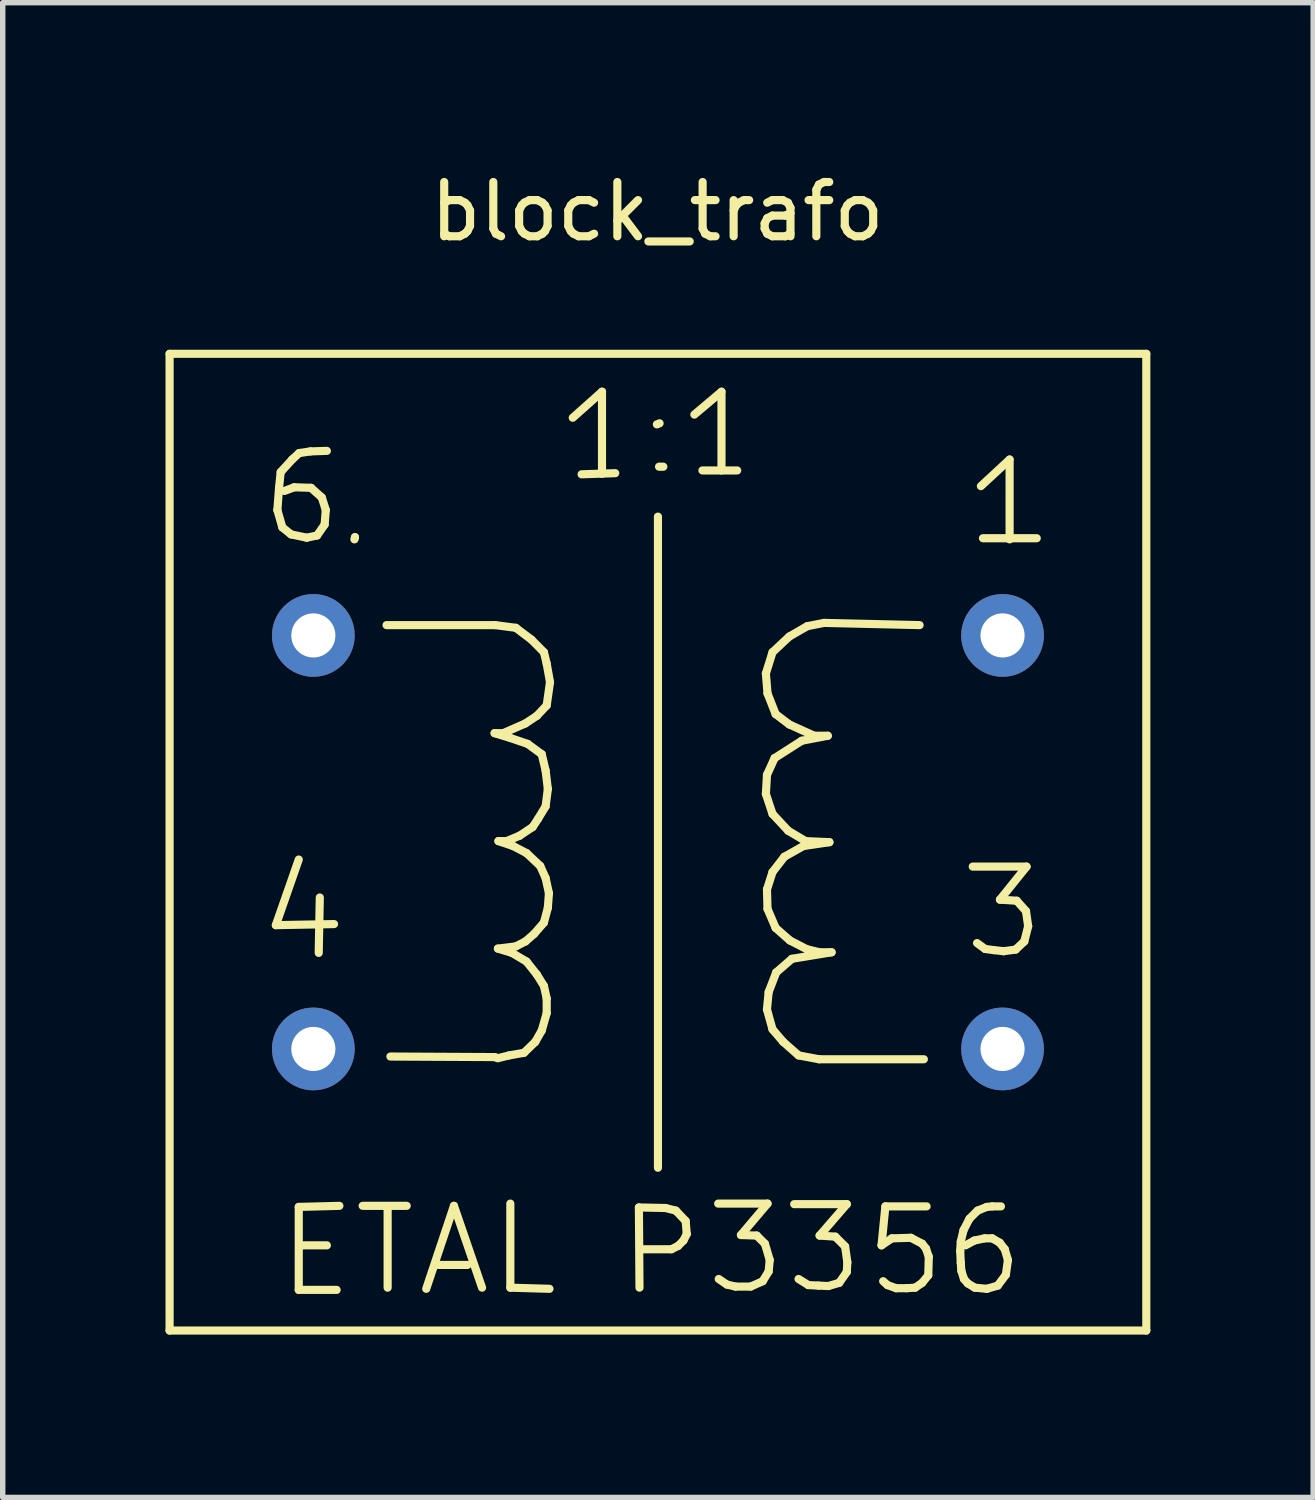
<source format=kicad_pcb>
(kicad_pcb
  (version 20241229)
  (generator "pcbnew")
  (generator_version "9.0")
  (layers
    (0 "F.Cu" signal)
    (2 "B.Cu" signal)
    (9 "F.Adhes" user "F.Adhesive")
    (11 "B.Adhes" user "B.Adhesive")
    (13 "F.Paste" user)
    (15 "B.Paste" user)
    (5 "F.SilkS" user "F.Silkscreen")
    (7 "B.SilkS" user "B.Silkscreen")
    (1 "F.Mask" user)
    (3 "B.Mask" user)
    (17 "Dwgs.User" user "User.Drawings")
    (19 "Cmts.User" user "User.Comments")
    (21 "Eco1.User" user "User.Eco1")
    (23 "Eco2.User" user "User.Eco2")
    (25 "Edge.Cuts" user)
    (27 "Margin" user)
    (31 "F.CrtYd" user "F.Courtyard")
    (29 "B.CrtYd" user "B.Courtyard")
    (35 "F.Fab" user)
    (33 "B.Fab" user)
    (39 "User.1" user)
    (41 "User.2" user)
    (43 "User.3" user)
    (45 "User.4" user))
  (footprint "block_trafo"
    (layer "F.Cu")
    (at 9.074 12.469)
    (property "Reference" "block_trafo" (at -0.01 -11.62 0) (layer "F.SilkS") (effects (font (size 1 1) (thickness 0.15))))
    (attr through_hole)
    (fp_line (start -8.999 -8.999) (end -8.999 8.999) (stroke (width 0.15) (type solid)) (layer "F.SilkS"))
    (fp_line (start -8.999 8.999) (end 8.999 8.999) (stroke (width 0.15) (type solid)) (layer "F.SilkS"))
    (fp_line (start -7.041 1.529) (end -5.969 1.509) (stroke (width 0.15) (type solid)) (layer "F.SilkS"))
    (fp_line (start -7.013 -6.121) (end -6.921 -5.801) (stroke (width 0.15) (type solid)) (layer "F.SilkS"))
    (fp_line (start -6.982 -6.53) (end -7.013 -6.121) (stroke (width 0.15) (type solid)) (layer "F.SilkS"))
    (fp_line (start -6.952 -6.82) (end -6.982 -6.53) (stroke (width 0.15) (type solid)) (layer "F.SilkS"))
    (fp_line (start -6.921 -5.801) (end -6.761 -5.672) (stroke (width 0.15) (type solid)) (layer "F.SilkS"))
    (fp_line (start -6.761 -5.672) (end -6.472 -5.611) (stroke (width 0.15) (type solid)) (layer "F.SilkS"))
    (fp_line (start -6.741 -7.051) (end -6.952 -6.82) (stroke (width 0.15) (type solid)) (layer "F.SilkS"))
    (fp_line (start -6.703 -6.54) (end -6.883 -6.472) (stroke (width 0.15) (type solid)) (layer "F.SilkS"))
    (fp_line (start -6.619 0.32) (end -7.041 1.529) (stroke (width 0.15) (type solid)) (layer "F.SilkS"))
    (fp_line (start -6.619 6.721) (end -6.619 8.25) (stroke (width 0.15) (type solid)) (layer "F.SilkS"))
    (fp_line (start -6.619 8.25) (end -5.921 8.25) (stroke (width 0.15) (type solid)) (layer "F.SilkS"))
    (fp_line (start -6.612 -7.17) (end -6.741 -7.051) (stroke (width 0.15) (type solid)) (layer "F.SilkS"))
    (fp_line (start -6.551 7.429) (end -6.101 7.429) (stroke (width 0.15) (type solid)) (layer "F.SilkS"))
    (fp_line (start -6.472 -5.611) (end -6.281 -5.652) (stroke (width 0.15) (type solid)) (layer "F.SilkS"))
    (fp_line (start -6.403 -7.201) (end -6.612 -7.17) (stroke (width 0.15) (type solid)) (layer "F.SilkS"))
    (fp_line (start -6.393 -6.53) (end -6.703 -6.54) (stroke (width 0.15) (type solid)) (layer "F.SilkS"))
    (fp_line (start -6.281 -5.652) (end -6.142 -5.852) (stroke (width 0.15) (type solid)) (layer "F.SilkS"))
    (fp_line (start -6.231 1.019) (end -6.251 2.04) (stroke (width 0.15) (type solid)) (layer "F.SilkS"))
    (fp_line (start -6.193 -6.35) (end -6.393 -6.53) (stroke (width 0.15) (type solid)) (layer "F.SilkS"))
    (fp_line (start -6.142 -5.852) (end -6.121 -6.121) (stroke (width 0.15) (type solid)) (layer "F.SilkS"))
    (fp_line (start -6.121 -6.121) (end -6.193 -6.35) (stroke (width 0.15) (type solid)) (layer "F.SilkS"))
    (fp_line (start -6.101 -7.211) (end -6.403 -7.201) (stroke (width 0.15) (type solid)) (layer "F.SilkS"))
    (fp_line (start -5.87 6.701) (end -6.619 6.721) (stroke (width 0.15) (type solid)) (layer "F.SilkS"))
    (fp_line (start -5.593 -5.58) (end -5.583 -5.621) (stroke (width 0.15) (type solid)) (layer "F.SilkS"))
    (fp_line (start -5.583 -5.621) (end -5.583 -5.611) (stroke (width 0.15) (type solid)) (layer "F.SilkS"))
    (fp_line (start -5.441 6.701) (end -4.63 6.701) (stroke (width 0.15) (type solid)) (layer "F.SilkS"))
    (fp_line (start -5.001 -4) (end -3 -4) (stroke (width 0.15) (type solid)) (layer "F.SilkS"))
    (fp_line (start -4.981 8.209) (end -4.981 6.741) (stroke (width 0.15) (type solid)) (layer "F.SilkS"))
    (fp_line (start -4.27 8.23) (end -3.759 6.701) (stroke (width 0.15) (type solid)) (layer "F.SilkS"))
    (fp_line (start -4.041 7.79) (end -3.51 7.79) (stroke (width 0.15) (type solid)) (layer "F.SilkS"))
    (fp_line (start -3.759 6.701) (end -3.241 8.209) (stroke (width 0.15) (type solid)) (layer "F.SilkS"))
    (fp_line (start -3.01 -2.009) (end -2.72 -1.92) (stroke (width 0.15) (type solid)) (layer "F.SilkS"))
    (fp_line (start -3.01 3.96) (end -4.93 3.95) (stroke (width 0.15) (type solid)) (layer "F.SilkS"))
    (fp_line (start -3 -4) (end -2.619 -3.95) (stroke (width 0.15) (type solid)) (layer "F.SilkS"))
    (fp_line (start -2.949 1.961) (end -2.69 2.04) (stroke (width 0.15) (type solid)) (layer "F.SilkS"))
    (fp_line (start -2.949 3.98) (end -3.01 3.96) (stroke (width 0.15) (type solid)) (layer "F.SilkS"))
    (fp_line (start -2.939 -0.02) (end -2.67 0.071) (stroke (width 0.15) (type solid)) (layer "F.SilkS"))
    (fp_line (start -2.85 -2.009) (end -3.01 -2.009) (stroke (width 0.15) (type solid)) (layer "F.SilkS"))
    (fp_line (start -2.789 -0.02) (end -2.939 -0.02) (stroke (width 0.15) (type solid)) (layer "F.SilkS"))
    (fp_line (start -2.741 3.929) (end -2.949 3.98) (stroke (width 0.15) (type solid)) (layer "F.SilkS"))
    (fp_line (start -2.72 -1.92) (end -2.4 -1.811) (stroke (width 0.15) (type solid)) (layer "F.SilkS"))
    (fp_line (start -2.72 6.66) (end -2.72 8.209) (stroke (width 0.15) (type solid)) (layer "F.SilkS"))
    (fp_line (start -2.72 8.209) (end -1.999 8.23) (stroke (width 0.15) (type solid)) (layer "F.SilkS"))
    (fp_line (start -2.69 2.04) (end -2.421 2.2) (stroke (width 0.15) (type solid)) (layer "F.SilkS"))
    (fp_line (start -2.67 0.071) (end -2.421 0.201) (stroke (width 0.15) (type solid)) (layer "F.SilkS"))
    (fp_line (start -2.619 -3.95) (end -2.329 -3.731) (stroke (width 0.15) (type solid)) (layer "F.SilkS"))
    (fp_line (start -2.619 1.92) (end -2.949 1.961) (stroke (width 0.15) (type solid)) (layer "F.SilkS"))
    (fp_line (start -2.55 -0.119) (end -2.789 -0.02) (stroke (width 0.15) (type solid)) (layer "F.SilkS"))
    (fp_line (start -2.469 3.881) (end -2.741 3.929) (stroke (width 0.15) (type solid)) (layer "F.SilkS"))
    (fp_line (start -2.441 -2.189) (end -2.85 -2.009) (stroke (width 0.15) (type solid)) (layer "F.SilkS"))
    (fp_line (start -2.441 1.829) (end -2.619 1.92) (stroke (width 0.15) (type solid)) (layer "F.SilkS"))
    (fp_line (start -2.421 0.201) (end -2.169 0.439) (stroke (width 0.15) (type solid)) (layer "F.SilkS"))
    (fp_line (start -2.421 2.2) (end -2.23 2.441) (stroke (width 0.15) (type solid)) (layer "F.SilkS"))
    (fp_line (start -2.4 -1.811) (end -2.141 -1.621) (stroke (width 0.15) (type solid)) (layer "F.SilkS"))
    (fp_line (start -2.329 -3.731) (end -2.101 -3.5) (stroke (width 0.15) (type solid)) (layer "F.SilkS"))
    (fp_line (start -2.309 -0.279) (end -2.55 -0.119) (stroke (width 0.15) (type solid)) (layer "F.SilkS"))
    (fp_line (start -2.281 1.689) (end -2.441 1.829) (stroke (width 0.15) (type solid)) (layer "F.SilkS"))
    (fp_line (start -2.261 3.68) (end -2.469 3.881) (stroke (width 0.15) (type solid)) (layer "F.SilkS"))
    (fp_line (start -2.23 -2.329) (end -2.441 -2.189) (stroke (width 0.15) (type solid)) (layer "F.SilkS"))
    (fp_line (start -2.23 2.441) (end -2.101 2.649) (stroke (width 0.15) (type solid)) (layer "F.SilkS"))
    (fp_line (start -2.21 -0.429) (end -2.309 -0.279) (stroke (width 0.15) (type solid)) (layer "F.SilkS"))
    (fp_line (start -2.169 0.439) (end -2.07 0.66) (stroke (width 0.15) (type solid)) (layer "F.SilkS"))
    (fp_line (start -2.141 -1.621) (end -2.07 -1.321) (stroke (width 0.15) (type solid)) (layer "F.SilkS"))
    (fp_line (start -2.141 3.47) (end -2.261 3.68) (stroke (width 0.15) (type solid)) (layer "F.SilkS"))
    (fp_line (start -2.101 -3.5) (end -2.05 -3.289) (stroke (width 0.15) (type solid)) (layer "F.SilkS"))
    (fp_line (start -2.101 1.481) (end -2.281 1.689) (stroke (width 0.15) (type solid)) (layer "F.SilkS"))
    (fp_line (start -2.101 2.649) (end -2.05 2.88) (stroke (width 0.15) (type solid)) (layer "F.SilkS"))
    (fp_line (start -2.07 -1.321) (end -2.029 -0.98) (stroke (width 0.15) (type solid)) (layer "F.SilkS"))
    (fp_line (start -2.07 -0.66) (end -2.21 -0.429) (stroke (width 0.15) (type solid)) (layer "F.SilkS"))
    (fp_line (start -2.07 0.66) (end -2.009 0.94) (stroke (width 0.15) (type solid)) (layer "F.SilkS"))
    (fp_line (start -2.05 -3.289) (end -1.989 -2.949) (stroke (width 0.15) (type solid)) (layer "F.SilkS"))
    (fp_line (start -2.05 -2.52) (end -2.23 -2.329) (stroke (width 0.15) (type solid)) (layer "F.SilkS"))
    (fp_line (start -2.05 2.88) (end -2.05 3.15) (stroke (width 0.15) (type solid)) (layer "F.SilkS"))
    (fp_line (start -2.05 3.15) (end -2.141 3.47) (stroke (width 0.15) (type solid)) (layer "F.SilkS"))
    (fp_line (start -2.029 -0.98) (end -2.07 -0.66) (stroke (width 0.15) (type solid)) (layer "F.SilkS"))
    (fp_line (start -2.029 1.209) (end -2.101 1.481) (stroke (width 0.15) (type solid)) (layer "F.SilkS"))
    (fp_line (start -2.009 0.94) (end -2.029 1.209) (stroke (width 0.15) (type solid)) (layer "F.SilkS"))
    (fp_line (start -1.989 -2.949) (end -2.05 -2.52) (stroke (width 0.15) (type solid)) (layer "F.SilkS"))
    (fp_line (start -1.57 -7.821) (end -1.031 -8.301) (stroke (width 0.15) (type solid)) (layer "F.SilkS"))
    (fp_line (start -1.407 -6.779) (end -0.787 -6.8) (stroke (width 0.15) (type solid)) (layer "F.SilkS"))
    (fp_line (start -1.031 -8.301) (end -1.031 -6.789) (stroke (width 0.15) (type solid)) (layer "F.SilkS"))
    (fp_line (start -0.351 6.731) (end 0.14 6.741) (stroke (width 0.15) (type solid)) (layer "F.SilkS"))
    (fp_line (start -0.34 8.209) (end -0.351 6.731) (stroke (width 0.15) (type solid)) (layer "F.SilkS"))
    (fp_line (start 0 -5.999) (end 0 5.999) (stroke (width 0.15) (type solid)) (layer "F.SilkS"))
    (fp_line (start 0.03 -7.719) (end -0.02 -7.699) (stroke (width 0.15) (type solid)) (layer "F.SilkS"))
    (fp_line (start 0.099 -6.919) (end 0.02 -6.919) (stroke (width 0.15) (type solid)) (layer "F.SilkS"))
    (fp_line (start 0.14 6.741) (end 0.33 6.789) (stroke (width 0.15) (type solid)) (layer "F.SilkS"))
    (fp_line (start 0.249 7.501) (end -0.269 7.501) (stroke (width 0.15) (type solid)) (layer "F.SilkS"))
    (fp_line (start 0.33 6.789) (end 0.511 6.98) (stroke (width 0.15) (type solid)) (layer "F.SilkS"))
    (fp_line (start 0.371 7.44) (end 0.249 7.501) (stroke (width 0.15) (type solid)) (layer "F.SilkS"))
    (fp_line (start 0.47 7.341) (end 0.371 7.44) (stroke (width 0.15) (type solid)) (layer "F.SilkS"))
    (fp_line (start 0.511 6.98) (end 0.531 7.221) (stroke (width 0.15) (type solid)) (layer "F.SilkS"))
    (fp_line (start 0.531 7.221) (end 0.47 7.341) (stroke (width 0.15) (type solid)) (layer "F.SilkS"))
    (fp_line (start 0.671 -7.879) (end 1.171 -8.301) (stroke (width 0.15) (type solid)) (layer "F.SilkS"))
    (fp_line (start 0.82 -6.85) (end 1.46 -6.85) (stroke (width 0.15) (type solid)) (layer "F.SilkS"))
    (fp_line (start 1.11 6.66) (end 2.019 6.66) (stroke (width 0.15) (type solid)) (layer "F.SilkS"))
    (fp_line (start 1.171 -8.301) (end 1.171 -6.85) (stroke (width 0.15) (type solid)) (layer "F.SilkS"))
    (fp_line (start 1.27 8.151) (end 1.12 8.049) (stroke (width 0.15) (type solid)) (layer "F.SilkS"))
    (fp_line (start 1.43 8.189) (end 1.27 8.151) (stroke (width 0.15) (type solid)) (layer "F.SilkS"))
    (fp_line (start 1.529 7.239) (end 1.821 7.249) (stroke (width 0.15) (type solid)) (layer "F.SilkS"))
    (fp_line (start 1.709 8.189) (end 1.43 8.189) (stroke (width 0.15) (type solid)) (layer "F.SilkS"))
    (fp_line (start 1.821 7.249) (end 1.971 7.399) (stroke (width 0.15) (type solid)) (layer "F.SilkS"))
    (fp_line (start 1.93 8.09) (end 1.709 8.189) (stroke (width 0.15) (type solid)) (layer "F.SilkS"))
    (fp_line (start 1.971 7.399) (end 2.06 7.699) (stroke (width 0.15) (type solid)) (layer "F.SilkS"))
    (fp_line (start 1.989 -3.109) (end 2.019 -2.741) (stroke (width 0.15) (type solid)) (layer "F.SilkS"))
    (fp_line (start 1.989 -0.889) (end 2.111 -0.521) (stroke (width 0.15) (type solid)) (layer "F.SilkS"))
    (fp_line (start 2.009 -1.24) (end 1.989 -0.889) (stroke (width 0.15) (type solid)) (layer "F.SilkS"))
    (fp_line (start 2.009 0.871) (end 2.019 1.229) (stroke (width 0.15) (type solid)) (layer "F.SilkS"))
    (fp_line (start 2.009 3.081) (end 2.111 3.449) (stroke (width 0.15) (type solid)) (layer "F.SilkS"))
    (fp_line (start 2.019 -2.741) (end 2.169 -2.36) (stroke (width 0.15) (type solid)) (layer "F.SilkS"))
    (fp_line (start 2.019 1.229) (end 2.169 1.58) (stroke (width 0.15) (type solid)) (layer "F.SilkS"))
    (fp_line (start 2.019 6.66) (end 1.529 7.239) (stroke (width 0.15) (type solid)) (layer "F.SilkS"))
    (fp_line (start 2.04 2.761) (end 2.009 3.081) (stroke (width 0.15) (type solid)) (layer "F.SilkS"))
    (fp_line (start 2.04 7.91) (end 1.93 8.09) (stroke (width 0.15) (type solid)) (layer "F.SilkS"))
    (fp_line (start 2.06 7.699) (end 2.04 7.91) (stroke (width 0.15) (type solid)) (layer "F.SilkS"))
    (fp_line (start 2.111 -3.5) (end 1.989 -3.109) (stroke (width 0.15) (type solid)) (layer "F.SilkS"))
    (fp_line (start 2.111 -0.521) (end 2.4 -0.211) (stroke (width 0.15) (type solid)) (layer "F.SilkS"))
    (fp_line (start 2.111 0.551) (end 2.009 0.871) (stroke (width 0.15) (type solid)) (layer "F.SilkS"))
    (fp_line (start 2.111 3.449) (end 2.309 3.68) (stroke (width 0.15) (type solid)) (layer "F.SilkS"))
    (fp_line (start 2.149 -1.549) (end 2.009 -1.24) (stroke (width 0.15) (type solid)) (layer "F.SilkS"))
    (fp_line (start 2.169 -2.36) (end 2.421 -2.169) (stroke (width 0.15) (type solid)) (layer "F.SilkS"))
    (fp_line (start 2.169 1.58) (end 2.431 1.811) (stroke (width 0.15) (type solid)) (layer "F.SilkS"))
    (fp_line (start 2.179 2.4) (end 2.04 2.761) (stroke (width 0.15) (type solid)) (layer "F.SilkS"))
    (fp_line (start 2.309 3.68) (end 2.591 3.929) (stroke (width 0.15) (type solid)) (layer "F.SilkS"))
    (fp_line (start 2.329 0.269) (end 2.111 0.551) (stroke (width 0.15) (type solid)) (layer "F.SilkS"))
    (fp_line (start 2.4 -0.211) (end 2.72 -0.02) (stroke (width 0.15) (type solid)) (layer "F.SilkS"))
    (fp_line (start 2.421 -3.79) (end 2.111 -3.5) (stroke (width 0.15) (type solid)) (layer "F.SilkS"))
    (fp_line (start 2.421 -2.169) (end 2.88 -1.961) (stroke (width 0.15) (type solid)) (layer "F.SilkS"))
    (fp_line (start 2.431 1.811) (end 2.741 1.971) (stroke (width 0.15) (type solid)) (layer "F.SilkS"))
    (fp_line (start 2.469 2.149) (end 2.179 2.4) (stroke (width 0.15) (type solid)) (layer "F.SilkS"))
    (fp_line (start 2.51 6.67) (end 3.48 6.67) (stroke (width 0.15) (type solid)) (layer "F.SilkS"))
    (fp_line (start 2.591 3.929) (end 2.969 4) (stroke (width 0.15) (type solid)) (layer "F.SilkS"))
    (fp_line (start 2.649 -1.869) (end 2.149 -1.549) (stroke (width 0.15) (type solid)) (layer "F.SilkS"))
    (fp_line (start 2.68 0.071) (end 2.329 0.269) (stroke (width 0.15) (type solid)) (layer "F.SilkS"))
    (fp_line (start 2.72 -0.02) (end 3.16 0) (stroke (width 0.15) (type solid)) (layer "F.SilkS"))
    (fp_line (start 2.741 1.971) (end 2.979 2.029) (stroke (width 0.15) (type solid)) (layer "F.SilkS"))
    (fp_line (start 2.751 -3.98) (end 2.421 -3.79) (stroke (width 0.15) (type solid)) (layer "F.SilkS"))
    (fp_line (start 2.771 8.161) (end 2.591 8.049) (stroke (width 0.15) (type solid)) (layer "F.SilkS"))
    (fp_line (start 2.88 -1.961) (end 3.129 -1.961) (stroke (width 0.15) (type solid)) (layer "F.SilkS"))
    (fp_line (start 2.959 8.171) (end 2.771 8.161) (stroke (width 0.15) (type solid)) (layer "F.SilkS"))
    (fp_line (start 2.969 4) (end 4.9 4) (stroke (width 0.15) (type solid)) (layer "F.SilkS"))
    (fp_line (start 2.979 2.029) (end 3.2 2.029) (stroke (width 0.15) (type solid)) (layer "F.SilkS"))
    (fp_line (start 2.979 7.249) (end 3.269 7.269) (stroke (width 0.15) (type solid)) (layer "F.SilkS"))
    (fp_line (start 3.061 -4.041) (end 2.751 -3.98) (stroke (width 0.15) (type solid)) (layer "F.SilkS"))
    (fp_line (start 3.129 -1.961) (end 2.649 -1.869) (stroke (width 0.15) (type solid)) (layer "F.SilkS"))
    (fp_line (start 3.139 8.179) (end 2.959 8.171) (stroke (width 0.15) (type solid)) (layer "F.SilkS"))
    (fp_line (start 3.16 0) (end 2.68 0.071) (stroke (width 0.15) (type solid)) (layer "F.SilkS"))
    (fp_line (start 3.2 2.029) (end 2.469 2.149) (stroke (width 0.15) (type solid)) (layer "F.SilkS"))
    (fp_line (start 3.269 7.269) (end 3.449 7.45) (stroke (width 0.15) (type solid)) (layer "F.SilkS"))
    (fp_line (start 3.34 8.12) (end 3.139 8.179) (stroke (width 0.15) (type solid)) (layer "F.SilkS"))
    (fp_line (start 3.449 7.45) (end 3.49 7.739) (stroke (width 0.15) (type solid)) (layer "F.SilkS"))
    (fp_line (start 3.48 6.67) (end 2.979 7.249) (stroke (width 0.15) (type solid)) (layer "F.SilkS"))
    (fp_line (start 3.48 7.92) (end 3.34 8.12) (stroke (width 0.15) (type solid)) (layer "F.SilkS"))
    (fp_line (start 3.49 7.739) (end 3.48 7.92) (stroke (width 0.15) (type solid)) (layer "F.SilkS"))
    (fp_line (start 4.12 7.429) (end 4.31 7.3) (stroke (width 0.15) (type solid)) (layer "F.SilkS"))
    (fp_line (start 4.191 6.711) (end 4.12 7.429) (stroke (width 0.15) (type solid)) (layer "F.SilkS"))
    (fp_line (start 4.229 8.161) (end 4.15 8.09) (stroke (width 0.15) (type solid)) (layer "F.SilkS"))
    (fp_line (start 4.31 7.3) (end 4.661 7.29) (stroke (width 0.15) (type solid)) (layer "F.SilkS"))
    (fp_line (start 4.389 8.219) (end 4.229 8.161) (stroke (width 0.15) (type solid)) (layer "F.SilkS"))
    (fp_line (start 4.58 8.219) (end 4.389 8.219) (stroke (width 0.15) (type solid)) (layer "F.SilkS"))
    (fp_line (start 4.661 7.29) (end 4.869 7.399) (stroke (width 0.15) (type solid)) (layer "F.SilkS"))
    (fp_line (start 4.74 8.209) (end 4.58 8.219) (stroke (width 0.15) (type solid)) (layer "F.SilkS"))
    (fp_line (start 4.821 -4) (end 3.061 -4.041) (stroke (width 0.15) (type solid)) (layer "F.SilkS"))
    (fp_line (start 4.869 7.399) (end 4.94 7.49) (stroke (width 0.15) (type solid)) (layer "F.SilkS"))
    (fp_line (start 4.869 8.12) (end 4.74 8.209) (stroke (width 0.15) (type solid)) (layer "F.SilkS"))
    (fp_line (start 4.94 7.49) (end 4.991 7.64) (stroke (width 0.15) (type solid)) (layer "F.SilkS"))
    (fp_line (start 4.95 6.711) (end 4.191 6.711) (stroke (width 0.15) (type solid)) (layer "F.SilkS"))
    (fp_line (start 4.981 7.981) (end 4.869 8.12) (stroke (width 0.15) (type solid)) (layer "F.SilkS"))
    (fp_line (start 4.991 7.64) (end 4.981 7.981) (stroke (width 0.15) (type solid)) (layer "F.SilkS"))
    (fp_line (start 5.57 7.531) (end 5.58 7.75) (stroke (width 0.15) (type solid)) (layer "F.SilkS"))
    (fp_line (start 5.58 7.361) (end 5.57 7.531) (stroke (width 0.15) (type solid)) (layer "F.SilkS"))
    (fp_line (start 5.58 7.75) (end 5.591 7.899) (stroke (width 0.15) (type solid)) (layer "F.SilkS"))
    (fp_line (start 5.591 7.899) (end 5.639 8.049) (stroke (width 0.15) (type solid)) (layer "F.SilkS"))
    (fp_line (start 5.631 7.15) (end 5.58 7.361) (stroke (width 0.15) (type solid)) (layer "F.SilkS"))
    (fp_line (start 5.639 8.049) (end 5.71 8.131) (stroke (width 0.15) (type solid)) (layer "F.SilkS"))
    (fp_line (start 5.71 8.131) (end 5.839 8.209) (stroke (width 0.15) (type solid)) (layer "F.SilkS"))
    (fp_line (start 5.74 6.939) (end 5.631 7.15) (stroke (width 0.15) (type solid)) (layer "F.SilkS"))
    (fp_line (start 5.801 0.45) (end 6.792 0.45) (stroke (width 0.15) (type solid)) (layer "F.SilkS"))
    (fp_line (start 5.829 7.341) (end 5.669 7.429) (stroke (width 0.15) (type solid)) (layer "F.SilkS"))
    (fp_line (start 5.839 8.209) (end 6.06 8.23) (stroke (width 0.15) (type solid)) (layer "F.SilkS"))
    (fp_line (start 5.89 6.789) (end 5.74 6.939) (stroke (width 0.15) (type solid)) (layer "F.SilkS"))
    (fp_line (start 5.951 -6.561) (end 6.48 -7.051) (stroke (width 0.15) (type solid)) (layer "F.SilkS"))
    (fp_line (start 5.989 -5.601) (end 6.98 -5.601) (stroke (width 0.15) (type solid)) (layer "F.SilkS"))
    (fp_line (start 6.02 7.3) (end 5.829 7.341) (stroke (width 0.15) (type solid)) (layer "F.SilkS"))
    (fp_line (start 6.03 1.968) (end 5.88 1.859) (stroke (width 0.15) (type solid)) (layer "F.SilkS"))
    (fp_line (start 6.06 6.721) (end 5.89 6.789) (stroke (width 0.15) (type solid)) (layer "F.SilkS"))
    (fp_line (start 6.06 8.23) (end 6.261 8.171) (stroke (width 0.15) (type solid)) (layer "F.SilkS"))
    (fp_line (start 6.16 6.711) (end 6.06 6.721) (stroke (width 0.15) (type solid)) (layer "F.SilkS"))
    (fp_line (start 6.16 7.3) (end 6.02 7.3) (stroke (width 0.15) (type solid)) (layer "F.SilkS"))
    (fp_line (start 6.19 1.989) (end 6.03 1.968) (stroke (width 0.15) (type solid)) (layer "F.SilkS"))
    (fp_line (start 6.261 8.171) (end 6.411 7.971) (stroke (width 0.15) (type solid)) (layer "F.SilkS"))
    (fp_line (start 6.299 7.381) (end 6.16 7.3) (stroke (width 0.15) (type solid)) (layer "F.SilkS"))
    (fp_line (start 6.302 1.059) (end 6.612 1.079) (stroke (width 0.15) (type solid)) (layer "F.SilkS"))
    (fp_line (start 6.32 6.711) (end 6.16 6.711) (stroke (width 0.15) (type solid)) (layer "F.SilkS"))
    (fp_line (start 6.37 2.009) (end 6.19 1.989) (stroke (width 0.15) (type solid)) (layer "F.SilkS"))
    (fp_line (start 6.391 7.501) (end 6.299 7.381) (stroke (width 0.15) (type solid)) (layer "F.SilkS"))
    (fp_line (start 6.411 7.971) (end 6.449 7.699) (stroke (width 0.15) (type solid)) (layer "F.SilkS"))
    (fp_line (start 6.449 7.699) (end 6.391 7.501) (stroke (width 0.15) (type solid)) (layer "F.SilkS"))
    (fp_line (start 6.48 -7.051) (end 6.48 -5.58) (stroke (width 0.15) (type solid)) (layer "F.SilkS"))
    (fp_line (start 6.591 1.979) (end 6.37 2.009) (stroke (width 0.15) (type solid)) (layer "F.SilkS"))
    (fp_line (start 6.612 1.079) (end 6.782 1.27) (stroke (width 0.15) (type solid)) (layer "F.SilkS"))
    (fp_line (start 6.751 1.829) (end 6.591 1.979) (stroke (width 0.15) (type solid)) (layer "F.SilkS"))
    (fp_line (start 6.782 1.27) (end 6.822 1.549) (stroke (width 0.15) (type solid)) (layer "F.SilkS"))
    (fp_line (start 6.792 0.45) (end 6.302 1.059) (stroke (width 0.15) (type solid)) (layer "F.SilkS"))
    (fp_line (start 6.822 1.549) (end 6.751 1.829) (stroke (width 0.15) (type solid)) (layer "F.SilkS"))
    (fp_line (start 8.999 -8.999) (end -8.999 -8.999) (stroke (width 0.15) (type solid)) (layer "F.SilkS"))
    (fp_line (start 8.999 8.999) (end 8.999 -8.999) (stroke (width 0.15) (type solid)) (layer "F.SilkS"))
    (pad "1" thru_hole circle (at 6.35 -3.81) (size 1.524 1.524) (drill 0.813) (layers "*.Cu" "*.Mask"))
    (pad "3" thru_hole circle (at -6.35 -3.81) (size 1.524 1.524) (drill 0.813) (layers "*.Cu" "*.Mask"))
    (pad "3" thru_hole circle (at 6.35 3.81) (size 1.524 1.524) (drill 0.813) (layers "*.Cu" "*.Mask"))
    (pad "4" thru_hole circle (at -6.35 3.81) (size 1.524 1.524) (drill 0.813) (layers "*.Cu" "*.Mask")))
  (gr_rect
    (start -3 -3)
    (end 21.148 24.543)
    (stroke (width 0.1) (type default))
    (fill no)
    (layer "Edge.Cuts")))
</source>
